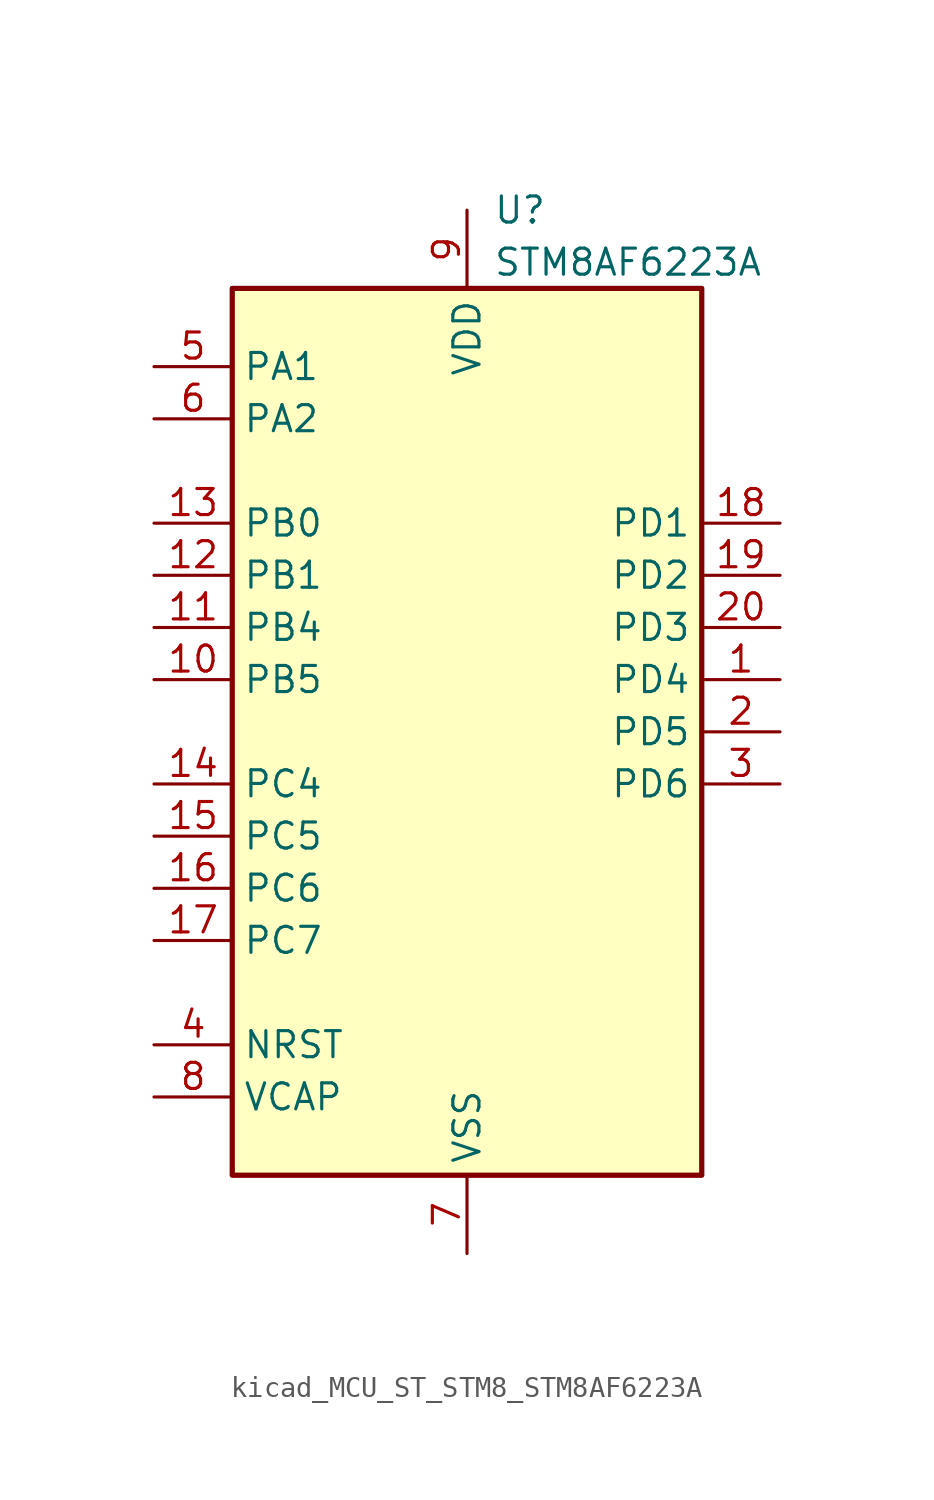
<source format=kicad_sym>
(kicad_symbol_lib
  (version 20220914)
  (generator kicad_symbol_editor)
  (symbol "kicad_MCU_ST_STM8_STM8AF6223A"
    (property "Reference" "U"
      (at 1.27 25.4 0)
      (effects (font (size 1.27 1.27)) (justify left)))
    (property "Value" "STM8AF6223A"
      (at 1.27 22.86 0)
      (effects (font (size 1.27 1.27)) (justify left)))
    (symbol "kicad_MCU_ST_STM8_STM8AF6223A_0_1"
      (rectangle (start -11.43 21.59) (end 11.43 -21.59) (stroke (width 0.254) (type default)) (fill (type background))))
    (symbol "kicad_MCU_ST_STM8_STM8AF6223A_1_1"
      (pin bidirectional line (at 15.24 2.54 180) (length 3.81) (name "PD4" (effects (font (size 1.27 1.27)))) (number "1" (effects (font (size 1.27 1.27)))))
      (pin bidirectional line (at -15.24 2.54 0) (length 3.81) (name "PB5" (effects (font (size 1.27 1.27)))) (number "10" (effects (font (size 1.27 1.27)))))
      (pin bidirectional line (at -15.24 5.08 0) (length 3.81) (name "PB4" (effects (font (size 1.27 1.27)))) (number "11" (effects (font (size 1.27 1.27)))))
      (pin bidirectional line (at -15.24 7.62 0) (length 3.81) (name "PB1" (effects (font (size 1.27 1.27)))) (number "12" (effects (font (size 1.27 1.27)))))
      (pin bidirectional line (at -15.24 10.16 0) (length 3.81) (name "PB0" (effects (font (size 1.27 1.27)))) (number "13" (effects (font (size 1.27 1.27)))))
      (pin bidirectional line (at -15.24 -2.54 0) (length 3.81) (name "PC4" (effects (font (size 1.27 1.27)))) (number "14" (effects (font (size 1.27 1.27)))))
      (pin bidirectional line (at -15.24 -5.08 0) (length 3.81) (name "PC5" (effects (font (size 1.27 1.27)))) (number "15" (effects (font (size 1.27 1.27)))))
      (pin bidirectional line (at -15.24 -7.62 0) (length 3.81) (name "PC6" (effects (font (size 1.27 1.27)))) (number "16" (effects (font (size 1.27 1.27)))))
      (pin bidirectional line (at -15.24 -10.16 0) (length 3.81) (name "PC7" (effects (font (size 1.27 1.27)))) (number "17" (effects (font (size 1.27 1.27)))))
      (pin bidirectional line (at 15.24 10.16 180) (length 3.81) (name "PD1" (effects (font (size 1.27 1.27)))) (number "18" (effects (font (size 1.27 1.27)))))
      (pin bidirectional line (at 15.24 7.62 180) (length 3.81) (name "PD2" (effects (font (size 1.27 1.27)))) (number "19" (effects (font (size 1.27 1.27)))))
      (pin bidirectional line (at 15.24 0 180) (length 3.81) (name "PD5" (effects (font (size 1.27 1.27)))) (number "2" (effects (font (size 1.27 1.27)))))
      (pin bidirectional line (at 15.24 5.08 180) (length 3.81) (name "PD3" (effects (font (size 1.27 1.27)))) (number "20" (effects (font (size 1.27 1.27)))))
      (pin bidirectional line (at 15.24 -2.54 180) (length 3.81) (name "PD6" (effects (font (size 1.27 1.27)))) (number "3" (effects (font (size 1.27 1.27)))))
      (pin input line (at -15.24 -15.24 0) (length 3.81) (name "NRST" (effects (font (size 1.27 1.27)))) (number "4" (effects (font (size 1.27 1.27)))))
      (pin bidirectional line (at -15.24 17.78 0) (length 3.81) (name "PA1" (effects (font (size 1.27 1.27)))) (number "5" (effects (font (size 1.27 1.27)))))
      (pin bidirectional line (at -15.24 15.24 0) (length 3.81) (name "PA2" (effects (font (size 1.27 1.27)))) (number "6" (effects (font (size 1.27 1.27)))))
      (pin power_in line (at 0 -25.4 90) (length 3.81) (name "VSS" (effects (font (size 1.27 1.27)))) (number "7" (effects (font (size 1.27 1.27)))))
      (pin input line (at -15.24 -17.78 0) (length 3.81) (name "VCAP" (effects (font (size 1.27 1.27)))) (number "8" (effects (font (size 1.27 1.27)))))
      (pin power_in line (at 0 25.4 270) (length 3.81) (name "VDD" (effects (font (size 1.27 1.27)))) (number "9" (effects (font (size 1.27 1.27))))))))
</source>
